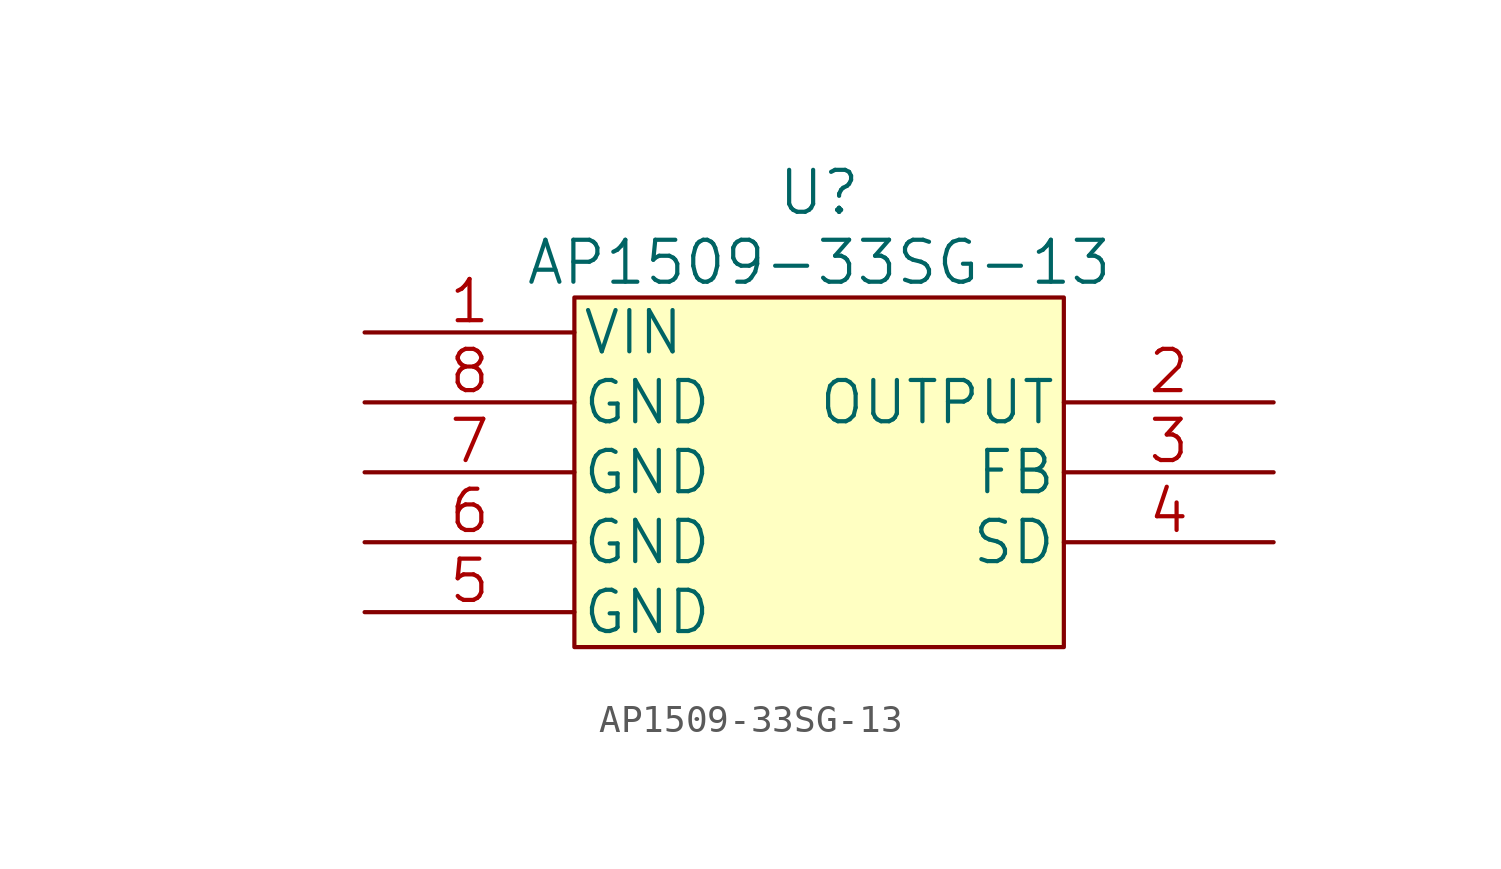
<source format=kicad_sym>
(kicad_symbol_lib
  (version 20211014)
  (generator kicad_symbol_editor)
  (symbol "AP1509-33SG-13"
    (pin_names
      (offset 0.254))
    (property "Reference" "U"
      (at 0 10.16 0)
      (effects (font (size 1.524 1.524))))
    (property "Value" "AP1509-33SG-13"
      (at 0 7.62 0)
      (effects (font (size 1.524 1.524))))
    (property "Datasheet" ""
      (at -21.59 1.27 0)
      (effects (font (size 1.524 1.524))))
    (symbol "AP1509-33SG-13_0_1"
      (rectangle (start -8.89 6.35) (end 8.89 -6.35) (stroke (width 0) (type default) (color 0 0 0 0)) (fill (type background))))
    (symbol "AP1509-33SG-13_1_1"
      (pin input line (at -16.51 5.08 0) (length 7.62) (name "VIN" (effects (font (size 1.499 1.499)))) (number "1" (effects (font (size 1.499 1.499)))))
      (pin output line (at 16.51 2.54 180) (length 7.62) (name "OUTPUT" (effects (font (size 1.499 1.499)))) (number "2" (effects (font (size 1.499 1.499)))))
      (pin output line (at 16.51 0 180) (length 7.62) (name "FB" (effects (font (size 1.499 1.499)))) (number "3" (effects (font (size 1.499 1.499)))))
      (pin input line (at 16.51 -2.54 180) (length 7.62) (name "SD" (effects (font (size 1.499 1.499)))) (number "4" (effects (font (size 1.499 1.499)))))
      (pin power_in line (at -16.51 -5.08 0) (length 7.62) (name "GND" (effects (font (size 1.499 1.499)))) (number "5" (effects (font (size 1.499 1.499)))))
      (pin power_in line (at -16.51 -2.54 0) (length 7.62) (name "GND" (effects (font (size 1.499 1.499)))) (number "6" (effects (font (size 1.499 1.499)))))
      (pin power_in line (at -16.51 0 0) (length 7.62) (name "GND" (effects (font (size 1.499 1.499)))) (number "7" (effects (font (size 1.499 1.499)))))
      (pin power_in line (at -16.51 2.54 0) (length 7.62) (name "GND" (effects (font (size 1.499 1.499)))) (number "8" (effects (font (size 1.499 1.499))))))))
</source>
